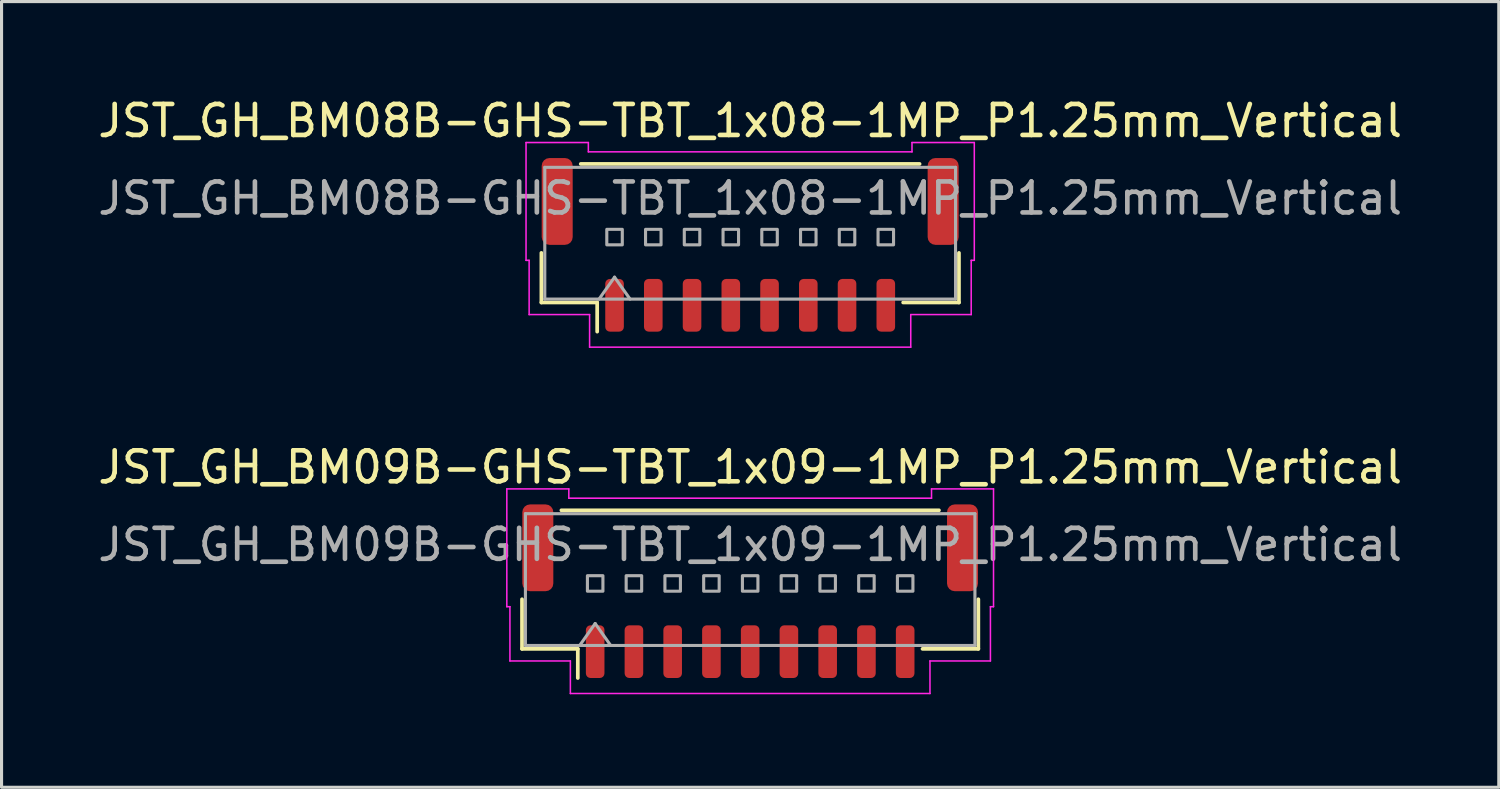
<source format=kicad_pcb>
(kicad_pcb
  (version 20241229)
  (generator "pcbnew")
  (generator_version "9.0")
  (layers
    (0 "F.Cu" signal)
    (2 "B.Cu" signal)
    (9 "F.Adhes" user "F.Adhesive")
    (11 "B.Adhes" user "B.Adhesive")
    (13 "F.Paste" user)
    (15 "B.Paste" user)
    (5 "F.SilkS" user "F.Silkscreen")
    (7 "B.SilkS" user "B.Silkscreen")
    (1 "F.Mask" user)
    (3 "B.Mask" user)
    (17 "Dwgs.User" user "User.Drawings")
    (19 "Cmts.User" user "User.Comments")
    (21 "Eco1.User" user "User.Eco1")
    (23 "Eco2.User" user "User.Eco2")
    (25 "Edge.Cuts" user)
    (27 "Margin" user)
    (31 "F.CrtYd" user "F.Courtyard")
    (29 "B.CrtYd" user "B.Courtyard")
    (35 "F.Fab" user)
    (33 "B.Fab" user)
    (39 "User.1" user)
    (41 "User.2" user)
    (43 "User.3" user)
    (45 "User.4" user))
  (footprint "JST_GH_BM08B-GHS-TBT_1x08-1MP_P1.25mm_Vertical"
    (layer "F.Cu")
    (at 21.149 4.848)
    (property "Reference" "JST_GH_BM08B-GHS-TBT_1x08-1MP_P1.25mm_Vertical" (at 0 -4 0) (layer "F.SilkS") (effects (font (size 1 1) (thickness 0.15))))
    (attr smd)
    (fp_line (start -6.735 0.26) (end -6.735 1.86) (stroke (width 0.12) (type solid)) (layer "F.SilkS"))
    (fp_line (start -6.735 1.86) (end -4.935 1.86) (stroke (width 0.12) (type solid)) (layer "F.SilkS"))
    (fp_line (start -5.465 -2.61) (end 5.465 -2.61) (stroke (width 0.12) (type solid)) (layer "F.SilkS"))
    (fp_line (start -4.935 1.86) (end -4.935 2.8) (stroke (width 0.12) (type solid)) (layer "F.SilkS"))
    (fp_line (start 6.735 0.26) (end 6.735 1.86) (stroke (width 0.12) (type solid)) (layer "F.SilkS"))
    (fp_line (start 6.735 1.86) (end 4.935 1.86) (stroke (width 0.12) (type solid)) (layer "F.SilkS"))
    (fp_line (start -7.23 -3.3) (end -5.22 -3.3) (stroke (width 0.05) (type solid)) (layer "F.CrtYd"))
    (fp_line (start -7.23 0.5) (end -7.23 -3.3) (stroke (width 0.05) (type solid)) (layer "F.CrtYd"))
    (fp_line (start -7.13 0.5) (end -7.23 0.5) (stroke (width 0.05) (type solid)) (layer "F.CrtYd"))
    (fp_line (start -7.13 2.25) (end -7.13 0.5) (stroke (width 0.05) (type solid)) (layer "F.CrtYd"))
    (fp_line (start -5.22 -3.3) (end -5.22 -3) (stroke (width 0.05) (type solid)) (layer "F.CrtYd"))
    (fp_line (start -5.22 -3) (end 5.22 -3) (stroke (width 0.05) (type solid)) (layer "F.CrtYd"))
    (fp_line (start -5.18 2.25) (end -7.13 2.25) (stroke (width 0.05) (type solid)) (layer "F.CrtYd"))
    (fp_line (start -5.18 3.3) (end -5.18 2.25) (stroke (width 0.05) (type solid)) (layer "F.CrtYd"))
    (fp_line (start 5.18 2.25) (end 5.18 3.3) (stroke (width 0.05) (type solid)) (layer "F.CrtYd"))
    (fp_line (start 5.18 3.3) (end -5.18 3.3) (stroke (width 0.05) (type solid)) (layer "F.CrtYd"))
    (fp_line (start 5.22 -3.3) (end 7.23 -3.3) (stroke (width 0.05) (type solid)) (layer "F.CrtYd"))
    (fp_line (start 5.22 -3) (end 5.22 -3.3) (stroke (width 0.05) (type solid)) (layer "F.CrtYd"))
    (fp_line (start 7.13 0.5) (end 7.13 2.25) (stroke (width 0.05) (type solid)) (layer "F.CrtYd"))
    (fp_line (start 7.13 2.25) (end 5.18 2.25) (stroke (width 0.05) (type solid)) (layer "F.CrtYd"))
    (fp_line (start 7.23 -3.3) (end 7.23 0.5) (stroke (width 0.05) (type solid)) (layer "F.CrtYd"))
    (fp_line (start 7.23 0.5) (end 7.13 0.5) (stroke (width 0.05) (type solid)) (layer "F.CrtYd"))
    (fp_line (start -6.625 -2.5) (end 6.625 -2.5) (stroke (width 0.1) (type solid)) (layer "F.Fab"))
    (fp_line (start -6.625 1.75) (end -6.625 -2.5) (stroke (width 0.1) (type solid)) (layer "F.Fab"))
    (fp_line (start -6.625 1.75) (end 6.625 1.75) (stroke (width 0.1) (type solid)) (layer "F.Fab"))
    (fp_line (start -4.875 1.75) (end -4.375 1.043) (stroke (width 0.1) (type solid)) (layer "F.Fab"))
    (fp_line (start -4.375 1.043) (end -3.875 1.75) (stroke (width 0.1) (type solid)) (layer "F.Fab"))
    (fp_line (start 6.625 1.75) (end 6.625 -2.5) (stroke (width 0.1) (type solid)) (layer "F.Fab"))
    (fp_rect (start -4.625 -0.5) (end -4.125 0) (stroke (width 0.1) (type solid)) (fill no) (layer "F.Fab"))
    (fp_rect (start -3.375 -0.5) (end -2.875 0) (stroke (width 0.1) (type solid)) (fill no) (layer "F.Fab"))
    (fp_rect (start -2.125 -0.5) (end -1.625 0) (stroke (width 0.1) (type solid)) (fill no) (layer "F.Fab"))
    (fp_rect (start -0.875 -0.5) (end -0.375 0) (stroke (width 0.1) (type solid)) (fill no) (layer "F.Fab"))
    (fp_rect (start 0.375 -0.5) (end 0.875 0) (stroke (width 0.1) (type solid)) (fill no) (layer "F.Fab"))
    (fp_rect (start 1.625 -0.5) (end 2.125 0) (stroke (width 0.1) (type solid)) (fill no) (layer "F.Fab"))
    (fp_rect (start 2.875 -0.5) (end 3.375 0) (stroke (width 0.1) (type solid)) (fill no) (layer "F.Fab"))
    (fp_rect (start 4.125 -0.5) (end 4.625 0) (stroke (width 0.1) (type solid)) (fill no) (layer "F.Fab"))
    (fp_text user "${REFERENCE}" (at 0 -1.5 0) (layer "F.Fab") (effects (font (size 1 1) (thickness 0.15))))
    (pad "1" smd roundrect (at -4.375 1.95) (size 0.6 1.7) (layers "F.Cu" "F.Mask" "F.Paste") (roundrect_rratio 0.25))
    (pad "2" smd roundrect (at -3.125 1.95) (size 0.6 1.7) (layers "F.Cu" "F.Mask" "F.Paste") (roundrect_rratio 0.25))
    (pad "3" smd roundrect (at -1.875 1.95) (size 0.6 1.7) (layers "F.Cu" "F.Mask" "F.Paste") (roundrect_rratio 0.25))
    (pad "4" smd roundrect (at -0.625 1.95) (size 0.6 1.7) (layers "F.Cu" "F.Mask" "F.Paste") (roundrect_rratio 0.25))
    (pad "5" smd roundrect (at 0.625 1.95) (size 0.6 1.7) (layers "F.Cu" "F.Mask" "F.Paste") (roundrect_rratio 0.25))
    (pad "6" smd roundrect (at 1.875 1.95) (size 0.6 1.7) (layers "F.Cu" "F.Mask" "F.Paste") (roundrect_rratio 0.25))
    (pad "7" smd roundrect (at 3.125 1.95) (size 0.6 1.7) (layers "F.Cu" "F.Mask" "F.Paste") (roundrect_rratio 0.25))
    (pad "8" smd roundrect (at 4.375 1.95) (size 0.6 1.7) (layers "F.Cu" "F.Mask" "F.Paste") (roundrect_rratio 0.25))
    (pad "MP" smd roundrect (at -6.225 -1.4) (size 1 2.8) (layers "F.Cu" "F.Mask" "F.Paste") (roundrect_rratio 0.25))
    (pad "MP" smd roundrect (at 6.225 -1.4) (size 1 2.8) (layers "F.Cu" "F.Mask" "F.Paste") (roundrect_rratio 0.25)))
  (footprint "JST_GH_BM09B-GHS-TBT_1x09-1MP_P1.25mm_Vertical"
    (layer "F.Cu")
    (at 21.149 16.021)
    (property "Reference" "JST_GH_BM09B-GHS-TBT_1x09-1MP_P1.25mm_Vertical" (at 0 -4 0) (layer "F.SilkS") (effects (font (size 1 1) (thickness 0.15))))
    (attr smd)
    (fp_line (start -7.36 0.26) (end -7.36 1.86) (stroke (width 0.12) (type solid)) (layer "F.SilkS"))
    (fp_line (start -7.36 1.86) (end -5.56 1.86) (stroke (width 0.12) (type solid)) (layer "F.SilkS"))
    (fp_line (start -6.09 -2.61) (end 6.09 -2.61) (stroke (width 0.12) (type solid)) (layer "F.SilkS"))
    (fp_line (start -5.56 1.86) (end -5.56 2.8) (stroke (width 0.12) (type solid)) (layer "F.SilkS"))
    (fp_line (start 7.36 0.26) (end 7.36 1.86) (stroke (width 0.12) (type solid)) (layer "F.SilkS"))
    (fp_line (start 7.36 1.86) (end 5.56 1.86) (stroke (width 0.12) (type solid)) (layer "F.SilkS"))
    (fp_line (start -7.85 -3.3) (end -5.85 -3.3) (stroke (width 0.05) (type solid)) (layer "F.CrtYd"))
    (fp_line (start -7.85 0.5) (end -7.85 -3.3) (stroke (width 0.05) (type solid)) (layer "F.CrtYd"))
    (fp_line (start -7.75 0.5) (end -7.85 0.5) (stroke (width 0.05) (type solid)) (layer "F.CrtYd"))
    (fp_line (start -7.75 2.25) (end -7.75 0.5) (stroke (width 0.05) (type solid)) (layer "F.CrtYd"))
    (fp_line (start -5.85 -3.3) (end -5.85 -3) (stroke (width 0.05) (type solid)) (layer "F.CrtYd"))
    (fp_line (start -5.85 -3) (end 5.85 -3) (stroke (width 0.05) (type solid)) (layer "F.CrtYd"))
    (fp_line (start -5.8 2.25) (end -7.75 2.25) (stroke (width 0.05) (type solid)) (layer "F.CrtYd"))
    (fp_line (start -5.8 3.3) (end -5.8 2.25) (stroke (width 0.05) (type solid)) (layer "F.CrtYd"))
    (fp_line (start 5.8 2.25) (end 5.8 3.3) (stroke (width 0.05) (type solid)) (layer "F.CrtYd"))
    (fp_line (start 5.8 3.3) (end -5.8 3.3) (stroke (width 0.05) (type solid)) (layer "F.CrtYd"))
    (fp_line (start 5.85 -3.3) (end 7.85 -3.3) (stroke (width 0.05) (type solid)) (layer "F.CrtYd"))
    (fp_line (start 5.85 -3) (end 5.85 -3.3) (stroke (width 0.05) (type solid)) (layer "F.CrtYd"))
    (fp_line (start 7.75 0.5) (end 7.75 2.25) (stroke (width 0.05) (type solid)) (layer "F.CrtYd"))
    (fp_line (start 7.75 2.25) (end 5.8 2.25) (stroke (width 0.05) (type solid)) (layer "F.CrtYd"))
    (fp_line (start 7.85 -3.3) (end 7.85 0.5) (stroke (width 0.05) (type solid)) (layer "F.CrtYd"))
    (fp_line (start 7.85 0.5) (end 7.75 0.5) (stroke (width 0.05) (type solid)) (layer "F.CrtYd"))
    (fp_line (start -7.25 -2.5) (end 7.25 -2.5) (stroke (width 0.1) (type solid)) (layer "F.Fab"))
    (fp_line (start -7.25 1.75) (end -7.25 -2.5) (stroke (width 0.1) (type solid)) (layer "F.Fab"))
    (fp_line (start -7.25 1.75) (end 7.25 1.75) (stroke (width 0.1) (type solid)) (layer "F.Fab"))
    (fp_line (start -5.5 1.75) (end -5 1.043) (stroke (width 0.1) (type solid)) (layer "F.Fab"))
    (fp_line (start -5 1.043) (end -4.5 1.75) (stroke (width 0.1) (type solid)) (layer "F.Fab"))
    (fp_line (start 7.25 1.75) (end 7.25 -2.5) (stroke (width 0.1) (type solid)) (layer "F.Fab"))
    (fp_rect (start -5.25 -0.5) (end -4.75 0) (stroke (width 0.1) (type solid)) (fill no) (layer "F.Fab"))
    (fp_rect (start -4 -0.5) (end -3.5 0) (stroke (width 0.1) (type solid)) (fill no) (layer "F.Fab"))
    (fp_rect (start -2.75 -0.5) (end -2.25 0) (stroke (width 0.1) (type solid)) (fill no) (layer "F.Fab"))
    (fp_rect (start -1.5 -0.5) (end -1 0) (stroke (width 0.1) (type solid)) (fill no) (layer "F.Fab"))
    (fp_rect (start -0.25 -0.5) (end 0.25 0) (stroke (width 0.1) (type solid)) (fill no) (layer "F.Fab"))
    (fp_rect (start 1 -0.5) (end 1.5 0) (stroke (width 0.1) (type solid)) (fill no) (layer "F.Fab"))
    (fp_rect (start 2.25 -0.5) (end 2.75 0) (stroke (width 0.1) (type solid)) (fill no) (layer "F.Fab"))
    (fp_rect (start 3.5 -0.5) (end 4 0) (stroke (width 0.1) (type solid)) (fill no) (layer "F.Fab"))
    (fp_rect (start 4.75 -0.5) (end 5.25 0) (stroke (width 0.1) (type solid)) (fill no) (layer "F.Fab"))
    (fp_text user "${REFERENCE}" (at 0 -1.5 0) (layer "F.Fab") (effects (font (size 1 1) (thickness 0.15))))
    (pad "1" smd roundrect (at -5 1.95) (size 0.6 1.7) (layers "F.Cu" "F.Mask" "F.Paste") (roundrect_rratio 0.25))
    (pad "2" smd roundrect (at -3.75 1.95) (size 0.6 1.7) (layers "F.Cu" "F.Mask" "F.Paste") (roundrect_rratio 0.25))
    (pad "3" smd roundrect (at -2.5 1.95) (size 0.6 1.7) (layers "F.Cu" "F.Mask" "F.Paste") (roundrect_rratio 0.25))
    (pad "4" smd roundrect (at -1.25 1.95) (size 0.6 1.7) (layers "F.Cu" "F.Mask" "F.Paste") (roundrect_rratio 0.25))
    (pad "5" smd roundrect (at 0 1.95) (size 0.6 1.7) (layers "F.Cu" "F.Mask" "F.Paste") (roundrect_rratio 0.25))
    (pad "6" smd roundrect (at 1.25 1.95) (size 0.6 1.7) (layers "F.Cu" "F.Mask" "F.Paste") (roundrect_rratio 0.25))
    (pad "7" smd roundrect (at 2.5 1.95) (size 0.6 1.7) (layers "F.Cu" "F.Mask" "F.Paste") (roundrect_rratio 0.25))
    (pad "8" smd roundrect (at 3.75 1.95) (size 0.6 1.7) (layers "F.Cu" "F.Mask" "F.Paste") (roundrect_rratio 0.25))
    (pad "9" smd roundrect (at 5 1.95) (size 0.6 1.7) (layers "F.Cu" "F.Mask" "F.Paste") (roundrect_rratio 0.25))
    (pad "MP" smd roundrect (at -6.85 -1.4) (size 1 2.8) (layers "F.Cu" "F.Mask" "F.Paste") (roundrect_rratio 0.25))
    (pad "MP" smd roundrect (at 6.85 -1.4) (size 1 2.8) (layers "F.Cu" "F.Mask" "F.Paste") (roundrect_rratio 0.25)))
  (gr_rect
    (start -3 -3)
    (end 45.298 22.346)
    (stroke (width 0.1) (type default))
    (fill no)
    (layer "Edge.Cuts")))
</source>
